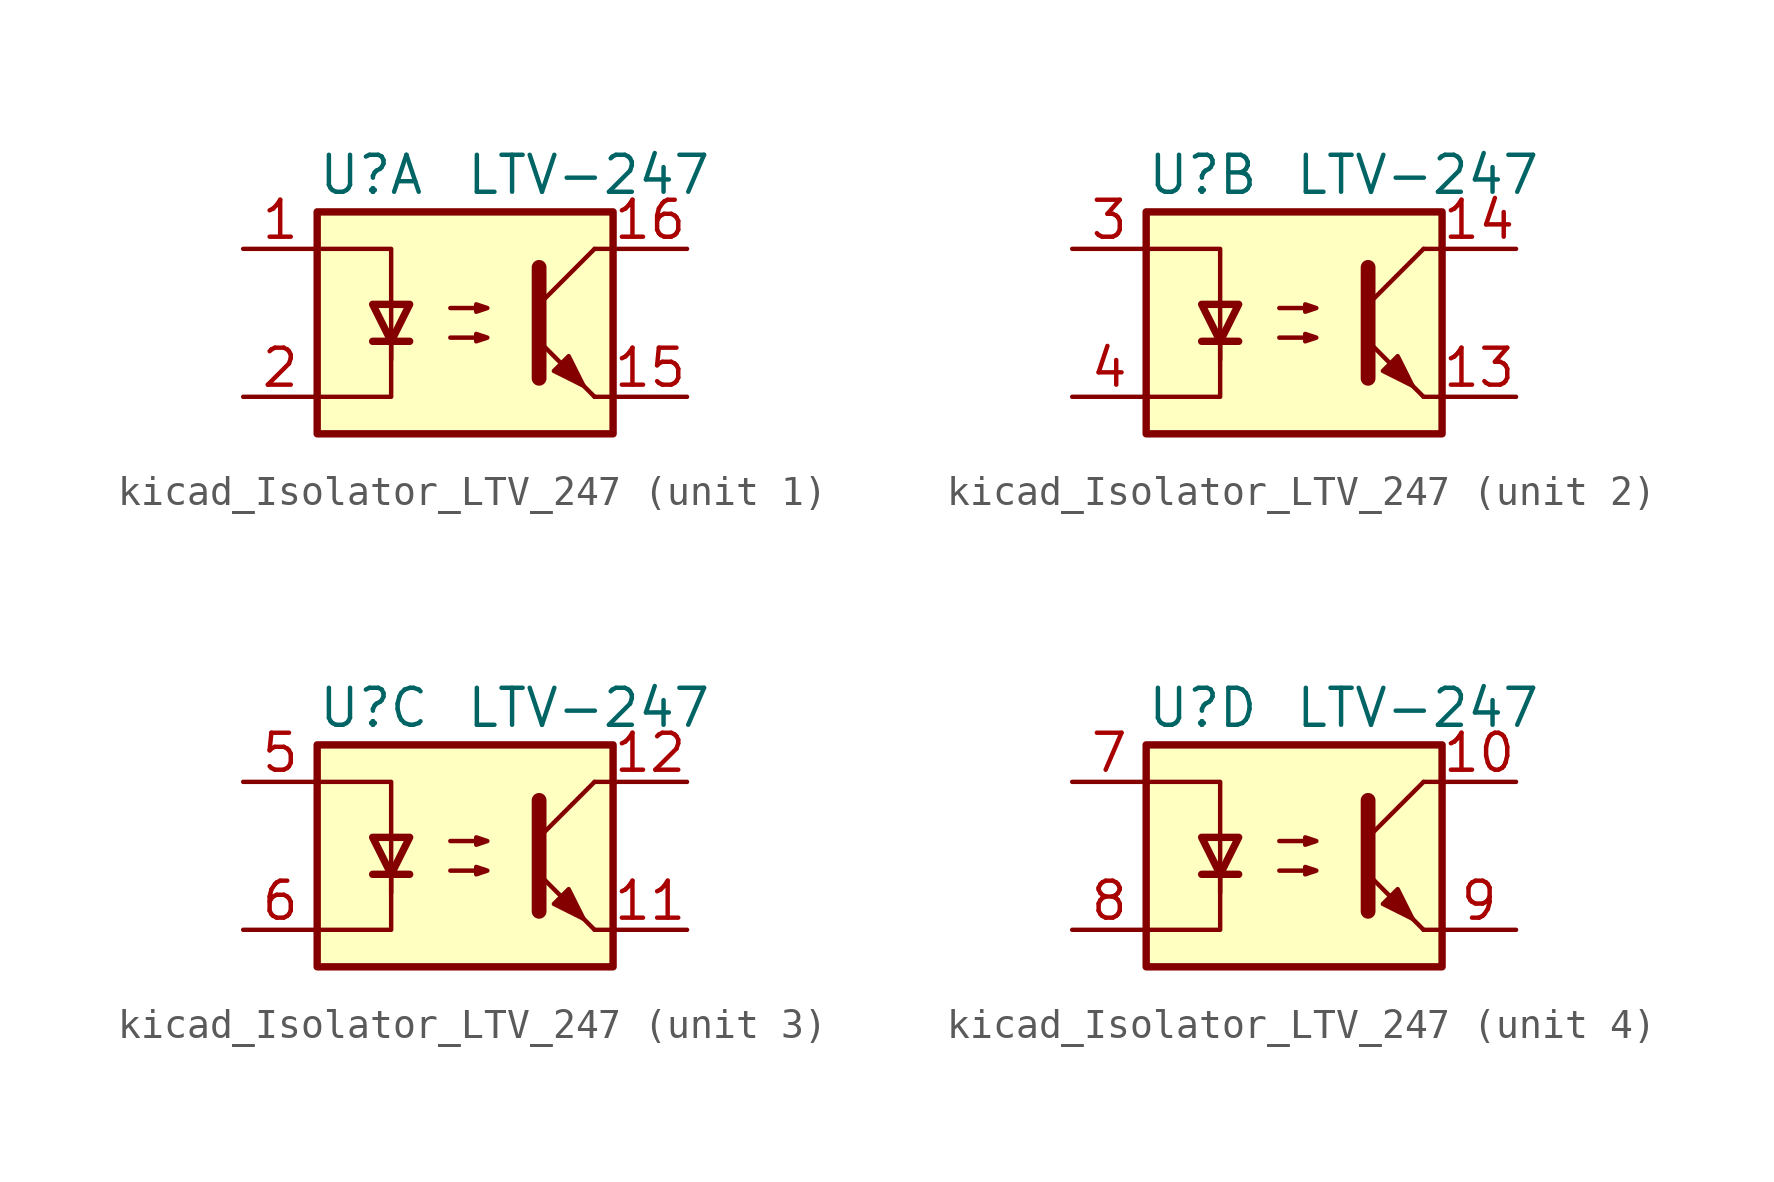
<source format=kicad_sym>
(kicad_symbol_lib
  (version 20220914)
  (generator kicad_symbol_editor)
  (symbol "kicad_Isolator_LTV_247"
    (property "Reference" "U"
      (at -5.08 5.08 0)
      (effects (font (size 1.27 1.27)) (justify left)))
    (property "Value" "LTV-247"
      (at 0 5.08 0)
      (effects (font (size 1.27 1.27)) (justify left)))
    (symbol "kicad_Isolator_LTV_247_0_1"
      (rectangle (start -5.08 3.81) (end 5.08 -3.81) (stroke (width 0.254) (type default)) (fill (type background)))
      (polyline (pts (xy -3.175 -0.635) (xy -1.905 -0.635)) (stroke (width 0.254) (type default)) (fill (type none)))
      (polyline (pts (xy 2.54 0.635) (xy 4.445 2.54)) (stroke (width 0) (type default)) (fill (type none)))
      (polyline (pts (xy 4.445 -2.54) (xy 2.54 -0.635)) (stroke (width 0) (type default)) (fill (type outline)))
      (polyline (pts (xy 4.445 -2.54) (xy 5.08 -2.54)) (stroke (width 0) (type default)) (fill (type none)))
      (polyline (pts (xy 4.445 2.54) (xy 5.08 2.54)) (stroke (width 0) (type default)) (fill (type none)))
      (polyline (pts (xy -2.54 -0.635) (xy -2.54 -2.54) (xy -5.08 -2.54)) (stroke (width 0) (type default)) (fill (type none)))
      (polyline (pts (xy 2.54 1.905) (xy 2.54 -1.905) (xy 2.54 -1.905)) (stroke (width 0.508) (type default)) (fill (type none)))
      (polyline (pts (xy -5.08 2.54) (xy -2.54 2.54) (xy -2.54 -1.27) (xy -2.54 0.635)) (stroke (width 0) (type default)) (fill (type none)))
      (polyline (pts (xy -2.54 -0.635) (xy -3.175 0.635) (xy -1.905 0.635) (xy -2.54 -0.635)) (stroke (width 0.254) (type default)) (fill (type none)))
      (polyline (pts (xy -0.508 -0.508) (xy 0.762 -0.508) (xy 0.381 -0.635) (xy 0.381 -0.381) (xy 0.762 -0.508)) (stroke (width 0) (type default)) (fill (type none)))
      (polyline (pts (xy -0.508 0.508) (xy 0.762 0.508) (xy 0.381 0.381) (xy 0.381 0.635) (xy 0.762 0.508)) (stroke (width 0) (type default)) (fill (type none)))
      (polyline (pts (xy 3.048 -1.651) (xy 3.556 -1.143) (xy 4.064 -2.159) (xy 3.048 -1.651) (xy 3.048 -1.651)) (stroke (width 0) (type default)) (fill (type outline))))
    (symbol "kicad_Isolator_LTV_247_1_1"
      (pin passive line (at -7.62 2.54 0) (length 2.54) (name "~" (effects (font (size 1.27 1.27)))) (number "1" (effects (font (size 1.27 1.27)))))
      (pin passive line (at 7.62 -2.54 180) (length 2.54) (name "~" (effects (font (size 1.27 1.27)))) (number "15" (effects (font (size 1.27 1.27)))))
      (pin passive line (at 7.62 2.54 180) (length 2.54) (name "~" (effects (font (size 1.27 1.27)))) (number "16" (effects (font (size 1.27 1.27)))))
      (pin passive line (at -7.62 -2.54 0) (length 2.54) (name "~" (effects (font (size 1.27 1.27)))) (number "2" (effects (font (size 1.27 1.27))))))
    (symbol "kicad_Isolator_LTV_247_2_1"
      (pin passive line (at 7.62 -2.54 180) (length 2.54) (name "~" (effects (font (size 1.27 1.27)))) (number "13" (effects (font (size 1.27 1.27)))))
      (pin passive line (at 7.62 2.54 180) (length 2.54) (name "~" (effects (font (size 1.27 1.27)))) (number "14" (effects (font (size 1.27 1.27)))))
      (pin passive line (at -7.62 2.54 0) (length 2.54) (name "~" (effects (font (size 1.27 1.27)))) (number "3" (effects (font (size 1.27 1.27)))))
      (pin passive line (at -7.62 -2.54 0) (length 2.54) (name "~" (effects (font (size 1.27 1.27)))) (number "4" (effects (font (size 1.27 1.27))))))
    (symbol "kicad_Isolator_LTV_247_3_1"
      (pin passive line (at 7.62 -2.54 180) (length 2.54) (name "~" (effects (font (size 1.27 1.27)))) (number "11" (effects (font (size 1.27 1.27)))))
      (pin passive line (at 7.62 2.54 180) (length 2.54) (name "~" (effects (font (size 1.27 1.27)))) (number "12" (effects (font (size 1.27 1.27)))))
      (pin passive line (at -7.62 2.54 0) (length 2.54) (name "~" (effects (font (size 1.27 1.27)))) (number "5" (effects (font (size 1.27 1.27)))))
      (pin passive line (at -7.62 -2.54 0) (length 2.54) (name "~" (effects (font (size 1.27 1.27)))) (number "6" (effects (font (size 1.27 1.27))))))
    (symbol "kicad_Isolator_LTV_247_4_1"
      (pin passive line (at 7.62 2.54 180) (length 2.54) (name "~" (effects (font (size 1.27 1.27)))) (number "10" (effects (font (size 1.27 1.27)))))
      (pin passive line (at -7.62 2.54 0) (length 2.54) (name "~" (effects (font (size 1.27 1.27)))) (number "7" (effects (font (size 1.27 1.27)))))
      (pin passive line (at -7.62 -2.54 0) (length 2.54) (name "~" (effects (font (size 1.27 1.27)))) (number "8" (effects (font (size 1.27 1.27)))))
      (pin passive line (at 7.62 -2.54 180) (length 2.54) (name "~" (effects (font (size 1.27 1.27)))) (number "9" (effects (font (size 1.27 1.27))))))))
</source>
